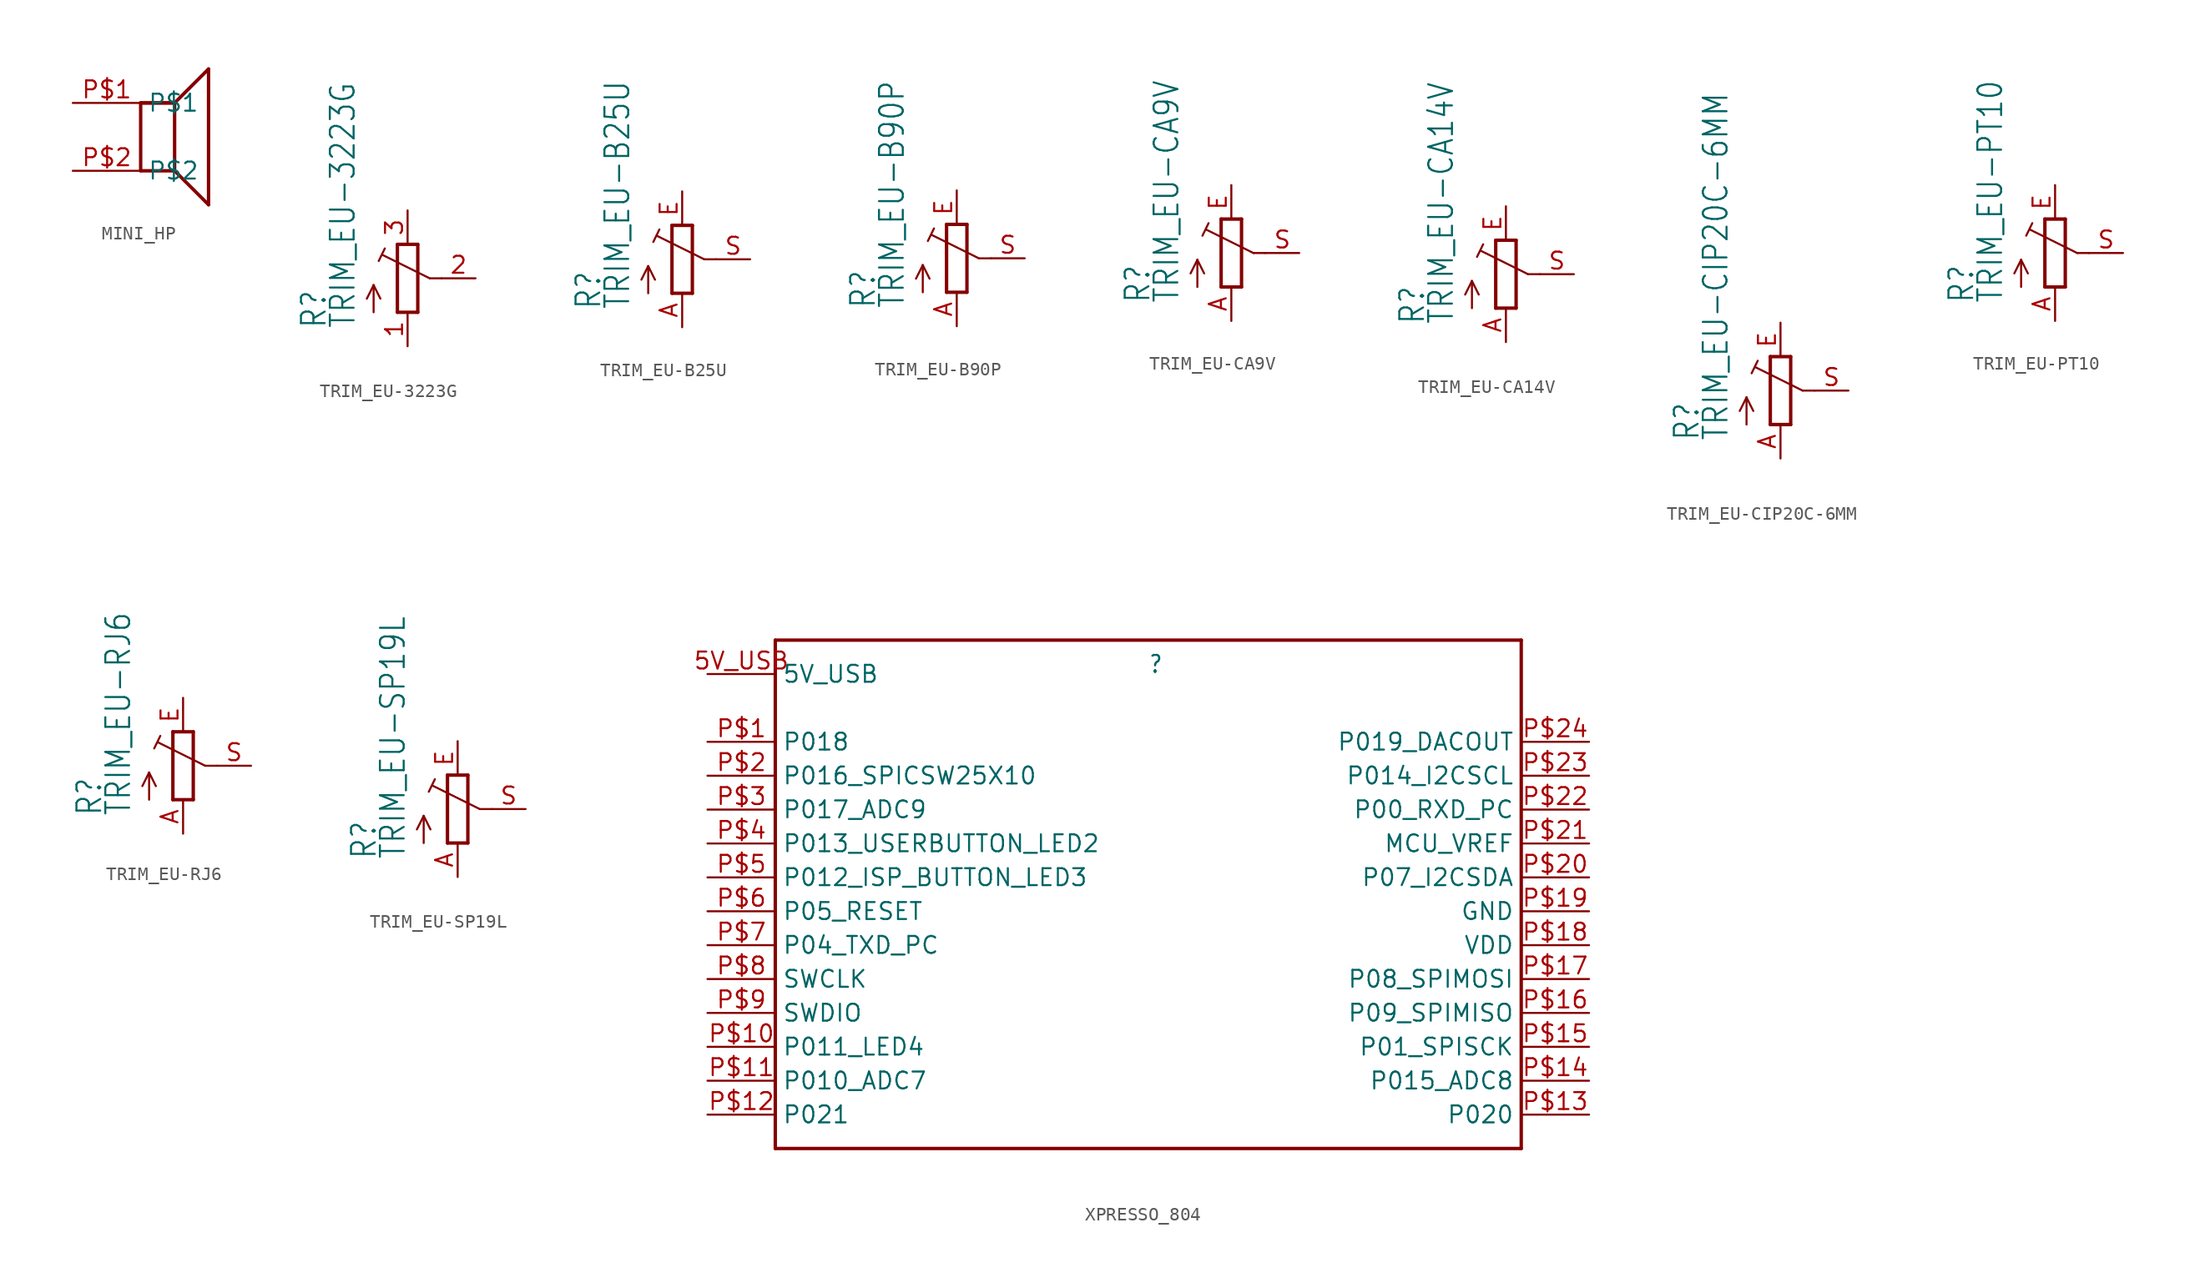
<source format=kicad_sym>
(kicad_symbol_lib
  (version 20211014)
  (generator kicad_symbol_editor)
  (symbol "MINI_HP"
    (property "Reference" ""
      (at 0 0 0)
      (effects (font (size 1.27 1.27)) hide))
    (property "ki_locked" ""
      (at 0 0 0)
      (effects (font (size 1.27 1.27))))
    (symbol "MINI_HP_1_0"
      (polyline (pts (xy -2.54 -2.54) (xy -2.54 2.54)) (stroke (width 0.254) (type default) (color 0 0 0 0)) (fill (type none)))
      (polyline (pts (xy -2.54 2.54) (xy 0 2.54)) (stroke (width 0.254) (type default) (color 0 0 0 0)) (fill (type none)))
      (polyline (pts (xy -2.54 2.54) (xy 0 2.54)) (stroke (width 0.254) (type default) (color 0 0 0 0)) (fill (type none)))
      (polyline (pts (xy 0 -2.54) (xy -2.54 -2.54)) (stroke (width 0.254) (type default) (color 0 0 0 0)) (fill (type none)))
      (polyline (pts (xy 0 2.54) (xy 0 -2.54)) (stroke (width 0.254) (type default) (color 0 0 0 0)) (fill (type none)))
      (polyline (pts (xy 0 2.54) (xy 2.54 5.08)) (stroke (width 0.254) (type default) (color 0 0 0 0)) (fill (type none)))
      (polyline (pts (xy 2.54 -5.08) (xy 0 -2.54)) (stroke (width 0.254) (type default) (color 0 0 0 0)) (fill (type none)))
      (polyline (pts (xy 2.54 5.08) (xy 2.54 -5.08)) (stroke (width 0.254) (type default) (color 0 0 0 0)) (fill (type none)))
      (pin bidirectional line (at -7.62 2.54 0) (length 5.08) (name "P$1" (effects (font (size 1.27 1.27)))) (number "P$1" (effects (font (size 1.27 1.27)))))
      (pin bidirectional line (at -7.62 -2.54 0) (length 5.08) (name "P$2" (effects (font (size 1.27 1.27)))) (number "P$2" (effects (font (size 1.27 1.27)))))))
  (symbol "TRIM_EU-3223G"
    (property "Reference" "R"
      (at -5.969 -3.81 90)
      (effects (font (size 1.778 1.511)) (justify left bottom)))
    (property "Value" "TRIM_EU-3223G"
      (at -3.81 -3.81 90)
      (effects (font (size 1.778 1.511)) (justify left bottom)))
    (property "ki_locked" ""
      (at 0 0 0)
      (effects (font (size 1.27 1.27))))
    (symbol "TRIM_EU-3223G_1_0"
      (polyline (pts (xy -2.54 -2.54) (xy -2.54 -0.508)) (stroke (width 0.152) (type default) (color 0 0 0 0)) (fill (type none)))
      (polyline (pts (xy -2.54 -0.508) (xy -3.048 -1.524)) (stroke (width 0.152) (type default) (color 0 0 0 0)) (fill (type none)))
      (polyline (pts (xy -2.54 -0.508) (xy -2.032 -1.524)) (stroke (width 0.152) (type default) (color 0 0 0 0)) (fill (type none)))
      (polyline (pts (xy -2.16 1.294) (xy -1.702 2.235)) (stroke (width 0.152) (type default) (color 0 0 0 0)) (fill (type none)))
      (polyline (pts (xy -0.762 -2.54) (xy 0.762 -2.54)) (stroke (width 0.254) (type default) (color 0 0 0 0)) (fill (type none)))
      (polyline (pts (xy -0.762 2.54) (xy -0.762 -2.54)) (stroke (width 0.254) (type default) (color 0 0 0 0)) (fill (type none)))
      (polyline (pts (xy 0.762 -2.54) (xy 0.762 2.54)) (stroke (width 0.254) (type default) (color 0 0 0 0)) (fill (type none)))
      (polyline (pts (xy 0.762 2.54) (xy -0.762 2.54)) (stroke (width 0.254) (type default) (color 0 0 0 0)) (fill (type none)))
      (polyline (pts (xy 1.651 0) (xy -1.88 1.753)) (stroke (width 0.152) (type default) (color 0 0 0 0)) (fill (type none)))
      (polyline (pts (xy 2.54 0) (xy 1.651 0)) (stroke (width 0.152) (type default) (color 0 0 0 0)) (fill (type none)))
      (pin passive line (at 0 -5.08 90) (length 2.54) (name "A" (effects (font (size 0 0)))) (number "1" (effects (font (size 1.27 1.27)))))
      (pin passive line (at 5.08 0 180) (length 2.54) (name "S" (effects (font (size 0 0)))) (number "2" (effects (font (size 1.27 1.27)))))
      (pin passive line (at 0 5.08 270) (length 2.54) (name "E" (effects (font (size 0 0)))) (number "3" (effects (font (size 1.27 1.27)))))))
  (symbol "TRIM_EU-B25U"
    (property "Reference" "R"
      (at -5.969 -3.81 90)
      (effects (font (size 1.778 1.511)) (justify left bottom)))
    (property "Value" "TRIM_EU-B25U"
      (at -3.81 -3.81 90)
      (effects (font (size 1.778 1.511)) (justify left bottom)))
    (property "ki_locked" ""
      (at 0 0 0)
      (effects (font (size 1.27 1.27))))
    (symbol "TRIM_EU-B25U_1_0"
      (polyline (pts (xy -2.54 -2.54) (xy -2.54 -0.508)) (stroke (width 0.152) (type default) (color 0 0 0 0)) (fill (type none)))
      (polyline (pts (xy -2.54 -0.508) (xy -3.048 -1.524)) (stroke (width 0.152) (type default) (color 0 0 0 0)) (fill (type none)))
      (polyline (pts (xy -2.54 -0.508) (xy -2.032 -1.524)) (stroke (width 0.152) (type default) (color 0 0 0 0)) (fill (type none)))
      (polyline (pts (xy -2.16 1.294) (xy -1.702 2.235)) (stroke (width 0.152) (type default) (color 0 0 0 0)) (fill (type none)))
      (polyline (pts (xy -0.762 -2.54) (xy 0.762 -2.54)) (stroke (width 0.254) (type default) (color 0 0 0 0)) (fill (type none)))
      (polyline (pts (xy -0.762 2.54) (xy -0.762 -2.54)) (stroke (width 0.254) (type default) (color 0 0 0 0)) (fill (type none)))
      (polyline (pts (xy 0.762 -2.54) (xy 0.762 2.54)) (stroke (width 0.254) (type default) (color 0 0 0 0)) (fill (type none)))
      (polyline (pts (xy 0.762 2.54) (xy -0.762 2.54)) (stroke (width 0.254) (type default) (color 0 0 0 0)) (fill (type none)))
      (polyline (pts (xy 1.651 0) (xy -1.88 1.753)) (stroke (width 0.152) (type default) (color 0 0 0 0)) (fill (type none)))
      (polyline (pts (xy 2.54 0) (xy 1.651 0)) (stroke (width 0.152) (type default) (color 0 0 0 0)) (fill (type none)))
      (pin passive line (at 0 -5.08 90) (length 2.54) (name "A" (effects (font (size 0 0)))) (number "A" (effects (font (size 1.27 1.27)))))
      (pin passive line (at 0 5.08 270) (length 2.54) (name "E" (effects (font (size 0 0)))) (number "E" (effects (font (size 1.27 1.27)))))
      (pin passive line (at 5.08 0 180) (length 2.54) (name "S" (effects (font (size 0 0)))) (number "S" (effects (font (size 1.27 1.27)))))))
  (symbol "TRIM_EU-B90P"
    (property "Reference" "R"
      (at -5.969 -3.81 90)
      (effects (font (size 1.778 1.511)) (justify left bottom)))
    (property "Value" "TRIM_EU-B90P"
      (at -3.81 -3.81 90)
      (effects (font (size 1.778 1.511)) (justify left bottom)))
    (property "ki_locked" ""
      (at 0 0 0)
      (effects (font (size 1.27 1.27))))
    (symbol "TRIM_EU-B90P_1_0"
      (polyline (pts (xy -2.54 -2.54) (xy -2.54 -0.508)) (stroke (width 0.152) (type default) (color 0 0 0 0)) (fill (type none)))
      (polyline (pts (xy -2.54 -0.508) (xy -3.048 -1.524)) (stroke (width 0.152) (type default) (color 0 0 0 0)) (fill (type none)))
      (polyline (pts (xy -2.54 -0.508) (xy -2.032 -1.524)) (stroke (width 0.152) (type default) (color 0 0 0 0)) (fill (type none)))
      (polyline (pts (xy -2.16 1.294) (xy -1.702 2.235)) (stroke (width 0.152) (type default) (color 0 0 0 0)) (fill (type none)))
      (polyline (pts (xy -0.762 -2.54) (xy 0.762 -2.54)) (stroke (width 0.254) (type default) (color 0 0 0 0)) (fill (type none)))
      (polyline (pts (xy -0.762 2.54) (xy -0.762 -2.54)) (stroke (width 0.254) (type default) (color 0 0 0 0)) (fill (type none)))
      (polyline (pts (xy 0.762 -2.54) (xy 0.762 2.54)) (stroke (width 0.254) (type default) (color 0 0 0 0)) (fill (type none)))
      (polyline (pts (xy 0.762 2.54) (xy -0.762 2.54)) (stroke (width 0.254) (type default) (color 0 0 0 0)) (fill (type none)))
      (polyline (pts (xy 1.651 0) (xy -1.88 1.753)) (stroke (width 0.152) (type default) (color 0 0 0 0)) (fill (type none)))
      (polyline (pts (xy 2.54 0) (xy 1.651 0)) (stroke (width 0.152) (type default) (color 0 0 0 0)) (fill (type none)))
      (pin passive line (at 0 -5.08 90) (length 2.54) (name "A" (effects (font (size 0 0)))) (number "A" (effects (font (size 1.27 1.27)))))
      (pin passive line (at 0 5.08 270) (length 2.54) (name "E" (effects (font (size 0 0)))) (number "E" (effects (font (size 1.27 1.27)))))
      (pin passive line (at 5.08 0 180) (length 2.54) (name "S" (effects (font (size 0 0)))) (number "S" (effects (font (size 1.27 1.27)))))))
  (symbol "TRIM_EU-CA9V"
    (property "Reference" "R"
      (at -5.969 -3.81 90)
      (effects (font (size 1.778 1.511)) (justify left bottom)))
    (property "Value" "TRIM_EU-CA9V"
      (at -3.81 -3.81 90)
      (effects (font (size 1.778 1.511)) (justify left bottom)))
    (property "ki_locked" ""
      (at 0 0 0)
      (effects (font (size 1.27 1.27))))
    (symbol "TRIM_EU-CA9V_1_0"
      (polyline (pts (xy -2.54 -2.54) (xy -2.54 -0.508)) (stroke (width 0.152) (type default) (color 0 0 0 0)) (fill (type none)))
      (polyline (pts (xy -2.54 -0.508) (xy -3.048 -1.524)) (stroke (width 0.152) (type default) (color 0 0 0 0)) (fill (type none)))
      (polyline (pts (xy -2.54 -0.508) (xy -2.032 -1.524)) (stroke (width 0.152) (type default) (color 0 0 0 0)) (fill (type none)))
      (polyline (pts (xy -2.16 1.294) (xy -1.702 2.235)) (stroke (width 0.152) (type default) (color 0 0 0 0)) (fill (type none)))
      (polyline (pts (xy -0.762 -2.54) (xy 0.762 -2.54)) (stroke (width 0.254) (type default) (color 0 0 0 0)) (fill (type none)))
      (polyline (pts (xy -0.762 2.54) (xy -0.762 -2.54)) (stroke (width 0.254) (type default) (color 0 0 0 0)) (fill (type none)))
      (polyline (pts (xy 0.762 -2.54) (xy 0.762 2.54)) (stroke (width 0.254) (type default) (color 0 0 0 0)) (fill (type none)))
      (polyline (pts (xy 0.762 2.54) (xy -0.762 2.54)) (stroke (width 0.254) (type default) (color 0 0 0 0)) (fill (type none)))
      (polyline (pts (xy 1.651 0) (xy -1.88 1.753)) (stroke (width 0.152) (type default) (color 0 0 0 0)) (fill (type none)))
      (polyline (pts (xy 2.54 0) (xy 1.651 0)) (stroke (width 0.152) (type default) (color 0 0 0 0)) (fill (type none)))
      (pin passive line (at 0 -5.08 90) (length 2.54) (name "A" (effects (font (size 0 0)))) (number "A" (effects (font (size 1.27 1.27)))))
      (pin passive line (at 0 5.08 270) (length 2.54) (name "E" (effects (font (size 0 0)))) (number "E" (effects (font (size 1.27 1.27)))))
      (pin passive line (at 5.08 0 180) (length 2.54) (name "S" (effects (font (size 0 0)))) (number "S" (effects (font (size 1.27 1.27)))))))
  (symbol "TRIM_EU-CA14V"
    (property "Reference" "R"
      (at -5.969 -3.81 90)
      (effects (font (size 1.778 1.511)) (justify left bottom)))
    (property "Value" "TRIM_EU-CA14V"
      (at -3.81 -3.81 90)
      (effects (font (size 1.778 1.511)) (justify left bottom)))
    (property "ki_locked" ""
      (at 0 0 0)
      (effects (font (size 1.27 1.27))))
    (symbol "TRIM_EU-CA14V_1_0"
      (polyline (pts (xy -2.54 -2.54) (xy -2.54 -0.508)) (stroke (width 0.152) (type default) (color 0 0 0 0)) (fill (type none)))
      (polyline (pts (xy -2.54 -0.508) (xy -3.048 -1.524)) (stroke (width 0.152) (type default) (color 0 0 0 0)) (fill (type none)))
      (polyline (pts (xy -2.54 -0.508) (xy -2.032 -1.524)) (stroke (width 0.152) (type default) (color 0 0 0 0)) (fill (type none)))
      (polyline (pts (xy -2.16 1.294) (xy -1.702 2.235)) (stroke (width 0.152) (type default) (color 0 0 0 0)) (fill (type none)))
      (polyline (pts (xy -0.762 -2.54) (xy 0.762 -2.54)) (stroke (width 0.254) (type default) (color 0 0 0 0)) (fill (type none)))
      (polyline (pts (xy -0.762 2.54) (xy -0.762 -2.54)) (stroke (width 0.254) (type default) (color 0 0 0 0)) (fill (type none)))
      (polyline (pts (xy 0.762 -2.54) (xy 0.762 2.54)) (stroke (width 0.254) (type default) (color 0 0 0 0)) (fill (type none)))
      (polyline (pts (xy 0.762 2.54) (xy -0.762 2.54)) (stroke (width 0.254) (type default) (color 0 0 0 0)) (fill (type none)))
      (polyline (pts (xy 1.651 0) (xy -1.88 1.753)) (stroke (width 0.152) (type default) (color 0 0 0 0)) (fill (type none)))
      (polyline (pts (xy 2.54 0) (xy 1.651 0)) (stroke (width 0.152) (type default) (color 0 0 0 0)) (fill (type none)))
      (pin passive line (at 0 -5.08 90) (length 2.54) (name "A" (effects (font (size 0 0)))) (number "A" (effects (font (size 1.27 1.27)))))
      (pin passive line (at 0 5.08 270) (length 2.54) (name "E" (effects (font (size 0 0)))) (number "E" (effects (font (size 1.27 1.27)))))
      (pin passive line (at 5.08 0 180) (length 2.54) (name "S" (effects (font (size 0 0)))) (number "S" (effects (font (size 1.27 1.27)))))))
  (symbol "TRIM_EU-CIP20C-6MM"
    (property "Reference" "R"
      (at -5.969 -3.81 90)
      (effects (font (size 1.778 1.511)) (justify left bottom)))
    (property "Value" "TRIM_EU-CIP20C-6MM"
      (at -3.81 -3.81 90)
      (effects (font (size 1.778 1.511)) (justify left bottom)))
    (property "ki_locked" ""
      (at 0 0 0)
      (effects (font (size 1.27 1.27))))
    (symbol "TRIM_EU-CIP20C-6MM_1_0"
      (polyline (pts (xy -2.54 -2.54) (xy -2.54 -0.508)) (stroke (width 0.152) (type default) (color 0 0 0 0)) (fill (type none)))
      (polyline (pts (xy -2.54 -0.508) (xy -3.048 -1.524)) (stroke (width 0.152) (type default) (color 0 0 0 0)) (fill (type none)))
      (polyline (pts (xy -2.54 -0.508) (xy -2.032 -1.524)) (stroke (width 0.152) (type default) (color 0 0 0 0)) (fill (type none)))
      (polyline (pts (xy -2.16 1.294) (xy -1.702 2.235)) (stroke (width 0.152) (type default) (color 0 0 0 0)) (fill (type none)))
      (polyline (pts (xy -0.762 -2.54) (xy 0.762 -2.54)) (stroke (width 0.254) (type default) (color 0 0 0 0)) (fill (type none)))
      (polyline (pts (xy -0.762 2.54) (xy -0.762 -2.54)) (stroke (width 0.254) (type default) (color 0 0 0 0)) (fill (type none)))
      (polyline (pts (xy 0.762 -2.54) (xy 0.762 2.54)) (stroke (width 0.254) (type default) (color 0 0 0 0)) (fill (type none)))
      (polyline (pts (xy 0.762 2.54) (xy -0.762 2.54)) (stroke (width 0.254) (type default) (color 0 0 0 0)) (fill (type none)))
      (polyline (pts (xy 1.651 0) (xy -1.88 1.753)) (stroke (width 0.152) (type default) (color 0 0 0 0)) (fill (type none)))
      (polyline (pts (xy 2.54 0) (xy 1.651 0)) (stroke (width 0.152) (type default) (color 0 0 0 0)) (fill (type none)))
      (pin passive line (at 0 -5.08 90) (length 2.54) (name "A" (effects (font (size 0 0)))) (number "A" (effects (font (size 1.27 1.27)))))
      (pin passive line (at 0 5.08 270) (length 2.54) (name "E" (effects (font (size 0 0)))) (number "E" (effects (font (size 1.27 1.27)))))
      (pin passive line (at 5.08 0 180) (length 2.54) (name "S" (effects (font (size 0 0)))) (number "S" (effects (font (size 1.27 1.27)))))))
  (symbol "TRIM_EU-PT10"
    (property "Reference" "R"
      (at -5.969 -3.81 90)
      (effects (font (size 1.778 1.511)) (justify left bottom)))
    (property "Value" "TRIM_EU-PT10"
      (at -3.81 -3.81 90)
      (effects (font (size 1.778 1.511)) (justify left bottom)))
    (property "ki_locked" ""
      (at 0 0 0)
      (effects (font (size 1.27 1.27))))
    (symbol "TRIM_EU-PT10_1_0"
      (polyline (pts (xy -2.54 -2.54) (xy -2.54 -0.508)) (stroke (width 0.152) (type default) (color 0 0 0 0)) (fill (type none)))
      (polyline (pts (xy -2.54 -0.508) (xy -3.048 -1.524)) (stroke (width 0.152) (type default) (color 0 0 0 0)) (fill (type none)))
      (polyline (pts (xy -2.54 -0.508) (xy -2.032 -1.524)) (stroke (width 0.152) (type default) (color 0 0 0 0)) (fill (type none)))
      (polyline (pts (xy -2.16 1.294) (xy -1.702 2.235)) (stroke (width 0.152) (type default) (color 0 0 0 0)) (fill (type none)))
      (polyline (pts (xy -0.762 -2.54) (xy 0.762 -2.54)) (stroke (width 0.254) (type default) (color 0 0 0 0)) (fill (type none)))
      (polyline (pts (xy -0.762 2.54) (xy -0.762 -2.54)) (stroke (width 0.254) (type default) (color 0 0 0 0)) (fill (type none)))
      (polyline (pts (xy 0.762 -2.54) (xy 0.762 2.54)) (stroke (width 0.254) (type default) (color 0 0 0 0)) (fill (type none)))
      (polyline (pts (xy 0.762 2.54) (xy -0.762 2.54)) (stroke (width 0.254) (type default) (color 0 0 0 0)) (fill (type none)))
      (polyline (pts (xy 1.651 0) (xy -1.88 1.753)) (stroke (width 0.152) (type default) (color 0 0 0 0)) (fill (type none)))
      (polyline (pts (xy 2.54 0) (xy 1.651 0)) (stroke (width 0.152) (type default) (color 0 0 0 0)) (fill (type none)))
      (pin passive line (at 0 -5.08 90) (length 2.54) (name "A" (effects (font (size 0 0)))) (number "A" (effects (font (size 1.27 1.27)))))
      (pin passive line (at 0 5.08 270) (length 2.54) (name "E" (effects (font (size 0 0)))) (number "E" (effects (font (size 1.27 1.27)))))
      (pin passive line (at 5.08 0 180) (length 2.54) (name "S" (effects (font (size 0 0)))) (number "S" (effects (font (size 1.27 1.27)))))))
  (symbol "TRIM_EU-RJ6"
    (property "Reference" "R"
      (at -5.969 -3.81 90)
      (effects (font (size 1.778 1.511)) (justify left bottom)))
    (property "Value" "TRIM_EU-RJ6"
      (at -3.81 -3.81 90)
      (effects (font (size 1.778 1.511)) (justify left bottom)))
    (property "ki_locked" ""
      (at 0 0 0)
      (effects (font (size 1.27 1.27))))
    (symbol "TRIM_EU-RJ6_1_0"
      (polyline (pts (xy -2.54 -2.54) (xy -2.54 -0.508)) (stroke (width 0.152) (type default) (color 0 0 0 0)) (fill (type none)))
      (polyline (pts (xy -2.54 -0.508) (xy -3.048 -1.524)) (stroke (width 0.152) (type default) (color 0 0 0 0)) (fill (type none)))
      (polyline (pts (xy -2.54 -0.508) (xy -2.032 -1.524)) (stroke (width 0.152) (type default) (color 0 0 0 0)) (fill (type none)))
      (polyline (pts (xy -2.16 1.294) (xy -1.702 2.235)) (stroke (width 0.152) (type default) (color 0 0 0 0)) (fill (type none)))
      (polyline (pts (xy -0.762 -2.54) (xy 0.762 -2.54)) (stroke (width 0.254) (type default) (color 0 0 0 0)) (fill (type none)))
      (polyline (pts (xy -0.762 2.54) (xy -0.762 -2.54)) (stroke (width 0.254) (type default) (color 0 0 0 0)) (fill (type none)))
      (polyline (pts (xy 0.762 -2.54) (xy 0.762 2.54)) (stroke (width 0.254) (type default) (color 0 0 0 0)) (fill (type none)))
      (polyline (pts (xy 0.762 2.54) (xy -0.762 2.54)) (stroke (width 0.254) (type default) (color 0 0 0 0)) (fill (type none)))
      (polyline (pts (xy 1.651 0) (xy -1.88 1.753)) (stroke (width 0.152) (type default) (color 0 0 0 0)) (fill (type none)))
      (polyline (pts (xy 2.54 0) (xy 1.651 0)) (stroke (width 0.152) (type default) (color 0 0 0 0)) (fill (type none)))
      (pin passive line (at 0 -5.08 90) (length 2.54) (name "A" (effects (font (size 0 0)))) (number "A" (effects (font (size 1.27 1.27)))))
      (pin passive line (at 0 5.08 270) (length 2.54) (name "E" (effects (font (size 0 0)))) (number "E" (effects (font (size 1.27 1.27)))))
      (pin passive line (at 5.08 0 180) (length 2.54) (name "S" (effects (font (size 0 0)))) (number "S" (effects (font (size 1.27 1.27)))))))
  (symbol "TRIM_EU-SP19L"
    (property "Reference" "R"
      (at -5.969 -3.81 90)
      (effects (font (size 1.778 1.511)) (justify left bottom)))
    (property "Value" "TRIM_EU-SP19L"
      (at -3.81 -3.81 90)
      (effects (font (size 1.778 1.511)) (justify left bottom)))
    (property "ki_locked" ""
      (at 0 0 0)
      (effects (font (size 1.27 1.27))))
    (symbol "TRIM_EU-SP19L_1_0"
      (polyline (pts (xy -2.54 -2.54) (xy -2.54 -0.508)) (stroke (width 0.152) (type default) (color 0 0 0 0)) (fill (type none)))
      (polyline (pts (xy -2.54 -0.508) (xy -3.048 -1.524)) (stroke (width 0.152) (type default) (color 0 0 0 0)) (fill (type none)))
      (polyline (pts (xy -2.54 -0.508) (xy -2.032 -1.524)) (stroke (width 0.152) (type default) (color 0 0 0 0)) (fill (type none)))
      (polyline (pts (xy -2.16 1.294) (xy -1.702 2.235)) (stroke (width 0.152) (type default) (color 0 0 0 0)) (fill (type none)))
      (polyline (pts (xy -0.762 -2.54) (xy 0.762 -2.54)) (stroke (width 0.254) (type default) (color 0 0 0 0)) (fill (type none)))
      (polyline (pts (xy -0.762 2.54) (xy -0.762 -2.54)) (stroke (width 0.254) (type default) (color 0 0 0 0)) (fill (type none)))
      (polyline (pts (xy 0.762 -2.54) (xy 0.762 2.54)) (stroke (width 0.254) (type default) (color 0 0 0 0)) (fill (type none)))
      (polyline (pts (xy 0.762 2.54) (xy -0.762 2.54)) (stroke (width 0.254) (type default) (color 0 0 0 0)) (fill (type none)))
      (polyline (pts (xy 1.651 0) (xy -1.88 1.753)) (stroke (width 0.152) (type default) (color 0 0 0 0)) (fill (type none)))
      (polyline (pts (xy 2.54 0) (xy 1.651 0)) (stroke (width 0.152) (type default) (color 0 0 0 0)) (fill (type none)))
      (pin passive line (at 0 -5.08 90) (length 2.54) (name "A" (effects (font (size 0 0)))) (number "A" (effects (font (size 1.27 1.27)))))
      (pin passive line (at 0 5.08 270) (length 2.54) (name "E" (effects (font (size 0 0)))) (number "E" (effects (font (size 1.27 1.27)))))
      (pin passive line (at 5.08 0 180) (length 2.54) (name "S" (effects (font (size 0 0)))) (number "S" (effects (font (size 1.27 1.27)))))))
  (symbol "XPRESSO_804"
    (property "Reference" ""
      (at 0 25.4 0)
      (effects (font (size 1.27 1.079)) (justify left bottom)))
    (property "ki_locked" ""
      (at 0 0 0)
      (effects (font (size 1.27 1.27))))
    (symbol "XPRESSO_804_1_0"
      (polyline (pts (xy -27.94 -10.16) (xy -27.94 27.94)) (stroke (width 0.254) (type default) (color 0 0 0 0)) (fill (type none)))
      (polyline (pts (xy -27.94 27.94) (xy 27.94 27.94)) (stroke (width 0.254) (type default) (color 0 0 0 0)) (fill (type none)))
      (polyline (pts (xy 27.94 -10.16) (xy -27.94 -10.16)) (stroke (width 0.254) (type default) (color 0 0 0 0)) (fill (type none)))
      (polyline (pts (xy 27.94 27.94) (xy 27.94 -10.16)) (stroke (width 0.254) (type default) (color 0 0 0 0)) (fill (type none)))
      (pin bidirectional line (at -33.02 25.4 0) (length 5.08) (name "5V_USB" (effects (font (size 1.27 1.27)))) (number "5V_USB" (effects (font (size 1.27 1.27)))))
      (pin bidirectional line (at -33.02 20.32 0) (length 5.08) (name "P018" (effects (font (size 1.27 1.27)))) (number "P$1" (effects (font (size 1.27 1.27)))))
      (pin bidirectional line (at -33.02 -2.54 0) (length 5.08) (name "P011_LED4" (effects (font (size 1.27 1.27)))) (number "P$10" (effects (font (size 1.27 1.27)))))
      (pin bidirectional line (at -33.02 -5.08 0) (length 5.08) (name "P010_ADC7" (effects (font (size 1.27 1.27)))) (number "P$11" (effects (font (size 1.27 1.27)))))
      (pin bidirectional line (at -33.02 -7.62 0) (length 5.08) (name "P021" (effects (font (size 1.27 1.27)))) (number "P$12" (effects (font (size 1.27 1.27)))))
      (pin bidirectional line (at 33.02 -7.62 180) (length 5.08) (name "P020" (effects (font (size 1.27 1.27)))) (number "P$13" (effects (font (size 1.27 1.27)))))
      (pin bidirectional line (at 33.02 -5.08 180) (length 5.08) (name "P015_ADC8" (effects (font (size 1.27 1.27)))) (number "P$14" (effects (font (size 1.27 1.27)))))
      (pin bidirectional line (at 33.02 -2.54 180) (length 5.08) (name "P01_SPISCK" (effects (font (size 1.27 1.27)))) (number "P$15" (effects (font (size 1.27 1.27)))))
      (pin bidirectional line (at 33.02 0 180) (length 5.08) (name "P09_SPIMISO" (effects (font (size 1.27 1.27)))) (number "P$16" (effects (font (size 1.27 1.27)))))
      (pin bidirectional line (at 33.02 2.54 180) (length 5.08) (name "P08_SPIMOSI" (effects (font (size 1.27 1.27)))) (number "P$17" (effects (font (size 1.27 1.27)))))
      (pin bidirectional line (at 33.02 5.08 180) (length 5.08) (name "VDD" (effects (font (size 1.27 1.27)))) (number "P$18" (effects (font (size 1.27 1.27)))))
      (pin bidirectional line (at 33.02 7.62 180) (length 5.08) (name "GND" (effects (font (size 1.27 1.27)))) (number "P$19" (effects (font (size 1.27 1.27)))))
      (pin bidirectional line (at -33.02 17.78 0) (length 5.08) (name "P016_SPICSW25X10" (effects (font (size 1.27 1.27)))) (number "P$2" (effects (font (size 1.27 1.27)))))
      (pin bidirectional line (at 33.02 10.16 180) (length 5.08) (name "P07_I2CSDA" (effects (font (size 1.27 1.27)))) (number "P$20" (effects (font (size 1.27 1.27)))))
      (pin bidirectional line (at 33.02 12.7 180) (length 5.08) (name "MCU_VREF" (effects (font (size 1.27 1.27)))) (number "P$21" (effects (font (size 1.27 1.27)))))
      (pin bidirectional line (at 33.02 15.24 180) (length 5.08) (name "P00_RXD_PC" (effects (font (size 1.27 1.27)))) (number "P$22" (effects (font (size 1.27 1.27)))))
      (pin bidirectional line (at 33.02 17.78 180) (length 5.08) (name "P014_I2CSCL" (effects (font (size 1.27 1.27)))) (number "P$23" (effects (font (size 1.27 1.27)))))
      (pin bidirectional line (at 33.02 20.32 180) (length 5.08) (name "P019_DACOUT" (effects (font (size 1.27 1.27)))) (number "P$24" (effects (font (size 1.27 1.27)))))
      (pin bidirectional line (at -33.02 15.24 0) (length 5.08) (name "P017_ADC9" (effects (font (size 1.27 1.27)))) (number "P$3" (effects (font (size 1.27 1.27)))))
      (pin bidirectional line (at -33.02 12.7 0) (length 5.08) (name "P013_USERBUTTON_LED2" (effects (font (size 1.27 1.27)))) (number "P$4" (effects (font (size 1.27 1.27)))))
      (pin bidirectional line (at -33.02 10.16 0) (length 5.08) (name "P012_ISP_BUTTON_LED3" (effects (font (size 1.27 1.27)))) (number "P$5" (effects (font (size 1.27 1.27)))))
      (pin bidirectional line (at -33.02 7.62 0) (length 5.08) (name "P05_RESET" (effects (font (size 1.27 1.27)))) (number "P$6" (effects (font (size 1.27 1.27)))))
      (pin bidirectional line (at -33.02 5.08 0) (length 5.08) (name "P04_TXD_PC" (effects (font (size 1.27 1.27)))) (number "P$7" (effects (font (size 1.27 1.27)))))
      (pin bidirectional line (at -33.02 2.54 0) (length 5.08) (name "SWCLK" (effects (font (size 1.27 1.27)))) (number "P$8" (effects (font (size 1.27 1.27)))))
      (pin bidirectional line (at -33.02 0 0) (length 5.08) (name "SWDIO" (effects (font (size 1.27 1.27)))) (number "P$9" (effects (font (size 1.27 1.27))))))))
</source>
